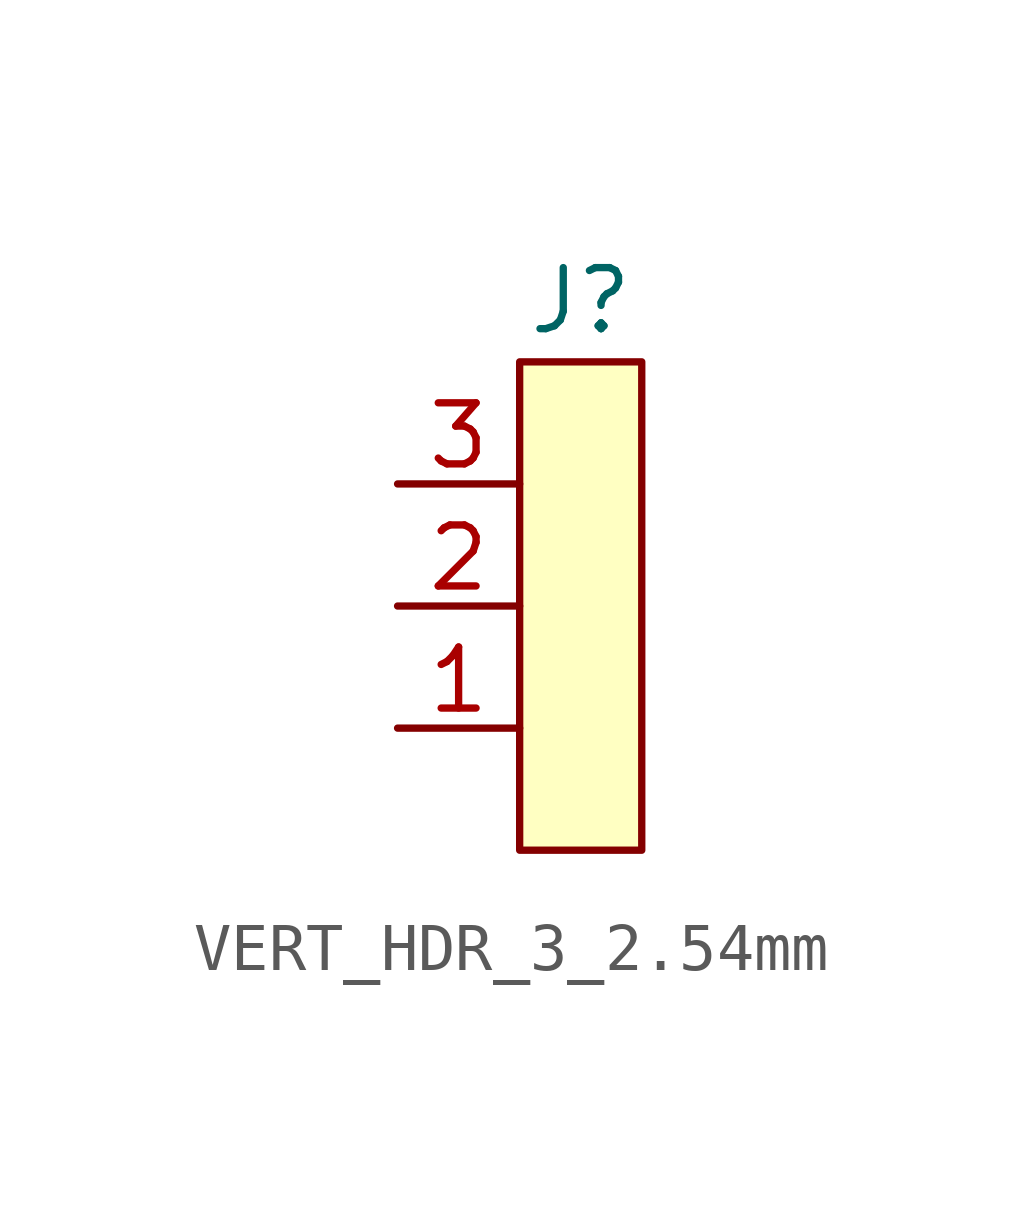
<source format=kicad_sym>
(kicad_symbol_lib
  (version 20231120)
  (generator "kicad_symbol_editor")
  (generator_version "8.0")
  (symbol "VERT_HDR_3_2.54mm"
    (property "Reference" "J"
      (at 1.27 3.81 0)
      (effects (font (size 1.27 1.27))))
    (symbol "VERT_HDR_3_2.54mm_1_1"
      (rectangle (start 0 2.54) (end 2.54 -7.62) (stroke (width 0) (type default)) (fill (type background)))
      (pin unspecified line (at -2.54 -5.08 0) (length 2.54) (name "" (effects (font (size 1.27 1.27)))) (number "1" (effects (font (size 1.27 1.27)))))
      (pin unspecified line (at -2.54 -2.54 0) (length 2.54) (name "" (effects (font (size 1.27 1.27)))) (number "2" (effects (font (size 1.27 1.27)))))
      (pin unspecified line (at -2.54 0 0) (length 2.54) (name "" (effects (font (size 1.27 1.27)))) (number "3" (effects (font (size 1.27 1.27))))))))
</source>
